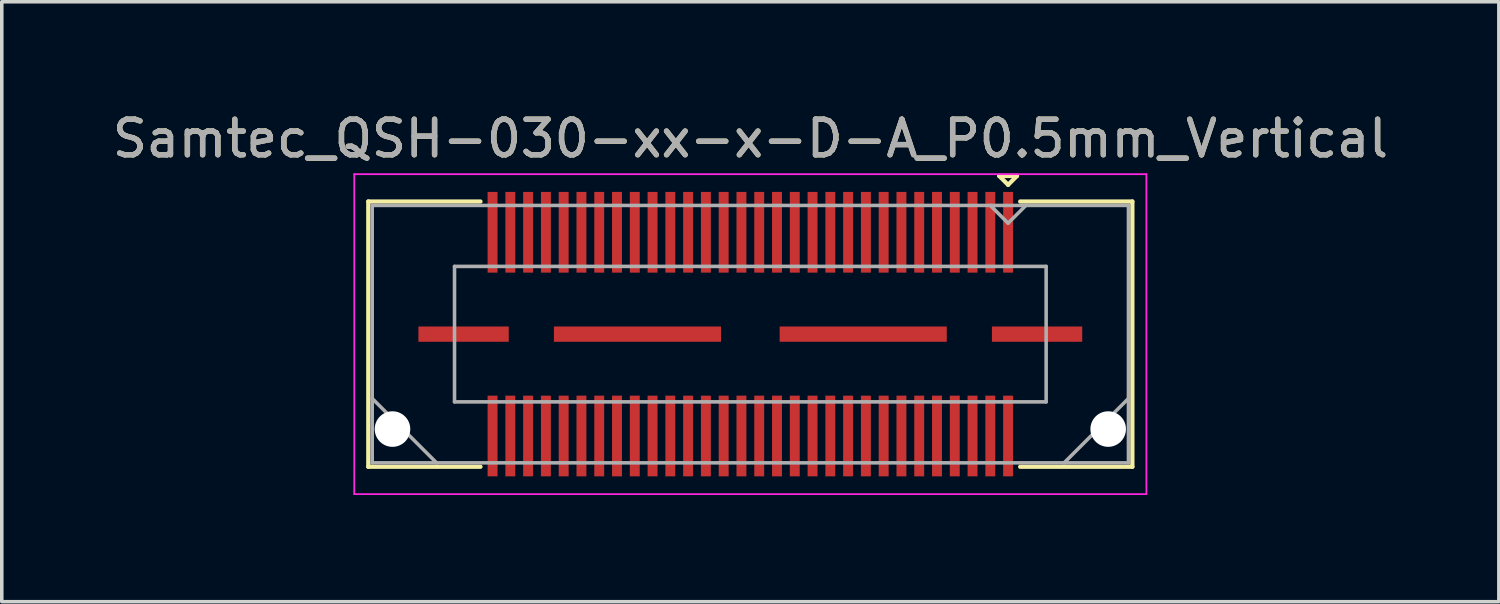
<source format=kicad_pcb>
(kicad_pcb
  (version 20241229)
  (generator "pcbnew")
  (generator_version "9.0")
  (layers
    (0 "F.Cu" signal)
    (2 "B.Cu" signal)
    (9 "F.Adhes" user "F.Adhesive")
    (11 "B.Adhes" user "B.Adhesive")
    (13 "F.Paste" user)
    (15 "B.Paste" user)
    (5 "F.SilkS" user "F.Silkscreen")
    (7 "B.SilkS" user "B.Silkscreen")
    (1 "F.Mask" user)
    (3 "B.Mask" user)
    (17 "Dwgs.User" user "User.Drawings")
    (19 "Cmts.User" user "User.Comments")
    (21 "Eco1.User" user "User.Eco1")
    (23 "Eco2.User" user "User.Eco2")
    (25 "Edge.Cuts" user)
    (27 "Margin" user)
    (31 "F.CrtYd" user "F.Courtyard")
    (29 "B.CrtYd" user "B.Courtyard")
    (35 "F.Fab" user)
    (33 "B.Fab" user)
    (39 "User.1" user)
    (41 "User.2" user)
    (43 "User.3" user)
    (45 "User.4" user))
  (footprint "Samtec_QSH-030-xx-x-D-A_P0.5mm_Vertical"
    (layer "F.Cu")
    (at 18.054 6.348)
    (property "Reference" "Samtec_QSH-030-xx-x-D-A_P0.5mm_Vertical" (at 0 -5.5 0) (layer "F.SilkS") (effects (font (size 1 1) (thickness 0.15))))
    (attr smd)
    (fp_line (start -10.745 -3.73) (end -7.59 -3.73) (stroke (width 0.12) (type solid)) (layer "F.SilkS"))
    (fp_line (start -10.745 3.73) (end -10.745 -3.73) (stroke (width 0.12) (type solid)) (layer "F.SilkS"))
    (fp_line (start -7.59 3.73) (end -10.745 3.73) (stroke (width 0.12) (type solid)) (layer "F.SilkS"))
    (fp_line (start 7 -4.45) (end 7.5 -4.45) (stroke (width 0.12) (type solid)) (layer "F.SilkS"))
    (fp_line (start 7.25 -4.2) (end 7 -4.45) (stroke (width 0.12) (type solid)) (layer "F.SilkS"))
    (fp_line (start 7.5 -4.45) (end 7.25 -4.2) (stroke (width 0.12) (type solid)) (layer "F.SilkS"))
    (fp_line (start 7.59 3.73) (end 10.745 3.73) (stroke (width 0.12) (type solid)) (layer "F.SilkS"))
    (fp_line (start 10.745 -3.73) (end 7.59 -3.73) (stroke (width 0.12) (type solid)) (layer "F.SilkS"))
    (fp_line (start 10.745 3.73) (end 10.745 -3.73) (stroke (width 0.12) (type solid)) (layer "F.SilkS"))
    (fp_line (start -11.14 -4.5) (end -11.14 4.5) (stroke (width 0.05) (type solid)) (layer "F.CrtYd"))
    (fp_line (start -11.14 4.5) (end 11.14 4.5) (stroke (width 0.05) (type solid)) (layer "F.CrtYd"))
    (fp_line (start 11.14 -4.5) (end -11.14 -4.5) (stroke (width 0.05) (type solid)) (layer "F.CrtYd"))
    (fp_line (start 11.14 4.5) (end 11.14 -4.5) (stroke (width 0.05) (type solid)) (layer "F.CrtYd"))
    (fp_line (start -10.635 -3.62) (end -10.635 3.62) (stroke (width 0.1) (type solid)) (layer "F.Fab"))
    (fp_line (start -10.635 1.81) (end -8.825 3.62) (stroke (width 0.1) (type solid)) (layer "F.Fab"))
    (fp_line (start -10.635 3.62) (end 10.635 3.62) (stroke (width 0.1) (type solid)) (layer "F.Fab"))
    (fp_line (start -8.32 -1.905) (end -8.32 1.905) (stroke (width 0.1) (type solid)) (layer "F.Fab"))
    (fp_line (start -8.32 1.905) (end 8.32 1.905) (stroke (width 0.1) (type solid)) (layer "F.Fab"))
    (fp_line (start 7.25 -3.12) (end 6.75 -3.62) (stroke (width 0.1) (type solid)) (layer "F.Fab"))
    (fp_line (start 7.75 -3.62) (end 7.25 -3.12) (stroke (width 0.1) (type solid)) (layer "F.Fab"))
    (fp_line (start 8.32 -1.905) (end -8.32 -1.905) (stroke (width 0.1) (type solid)) (layer "F.Fab"))
    (fp_line (start 8.32 1.905) (end 8.32 -1.905) (stroke (width 0.1) (type solid)) (layer "F.Fab"))
    (fp_line (start 10.635 -3.62) (end -10.635 -3.62) (stroke (width 0.1) (type solid)) (layer "F.Fab"))
    (fp_line (start 10.635 1.81) (end 8.825 3.62) (stroke (width 0.1) (type solid)) (layer "F.Fab"))
    (fp_line (start 10.635 3.62) (end 10.635 -3.62) (stroke (width 0.1) (type solid)) (layer "F.Fab"))
    (fp_text user "${REFERENCE}" (at 0 -5.5 0) (layer "F.Fab") (effects (font (size 1 1) (thickness 0.15))))
    (pad "" np_thru_hole circle (at -10.065 2.67) (size 1 1) (drill 1) (layers "*.Cu" "*.Mask"))
    (pad "" np_thru_hole circle (at 10.065 2.67) (size 1 1) (drill 1) (layers "*.Cu" "*.Mask"))
    (pad "1" smd rect (at 7.25 -2.865) (size 0.279 2.27) (layers "F.Cu" "F.Mask" "F.Paste"))
    (pad "2" smd rect (at 7.25 2.865) (size 0.279 2.27) (layers "F.Cu" "F.Mask" "F.Paste"))
    (pad "3" smd rect (at 6.75 -2.865) (size 0.279 2.27) (layers "F.Cu" "F.Mask" "F.Paste"))
    (pad "4" smd rect (at 6.75 2.865) (size 0.279 2.27) (layers "F.Cu" "F.Mask" "F.Paste"))
    (pad "5" smd rect (at 6.25 -2.865) (size 0.279 2.27) (layers "F.Cu" "F.Mask" "F.Paste"))
    (pad "6" smd rect (at 6.25 2.865) (size 0.279 2.27) (layers "F.Cu" "F.Mask" "F.Paste"))
    (pad "7" smd rect (at 5.75 -2.865) (size 0.279 2.27) (layers "F.Cu" "F.Mask" "F.Paste"))
    (pad "8" smd rect (at 5.75 2.865) (size 0.279 2.27) (layers "F.Cu" "F.Mask" "F.Paste"))
    (pad "9" smd rect (at 5.25 -2.865) (size 0.279 2.27) (layers "F.Cu" "F.Mask" "F.Paste"))
    (pad "10" smd rect (at 5.25 2.865) (size 0.279 2.27) (layers "F.Cu" "F.Mask" "F.Paste"))
    (pad "11" smd rect (at 4.75 -2.865) (size 0.279 2.27) (layers "F.Cu" "F.Mask" "F.Paste"))
    (pad "12" smd rect (at 4.75 2.865) (size 0.279 2.27) (layers "F.Cu" "F.Mask" "F.Paste"))
    (pad "13" smd rect (at 4.25 -2.865) (size 0.279 2.27) (layers "F.Cu" "F.Mask" "F.Paste"))
    (pad "14" smd rect (at 4.25 2.865) (size 0.279 2.27) (layers "F.Cu" "F.Mask" "F.Paste"))
    (pad "15" smd rect (at 3.75 -2.865) (size 0.279 2.27) (layers "F.Cu" "F.Mask" "F.Paste"))
    (pad "16" smd rect (at 3.75 2.865) (size 0.279 2.27) (layers "F.Cu" "F.Mask" "F.Paste"))
    (pad "17" smd rect (at 3.25 -2.865) (size 0.279 2.27) (layers "F.Cu" "F.Mask" "F.Paste"))
    (pad "18" smd rect (at 3.25 2.865) (size 0.279 2.27) (layers "F.Cu" "F.Mask" "F.Paste"))
    (pad "19" smd rect (at 2.75 -2.865) (size 0.279 2.27) (layers "F.Cu" "F.Mask" "F.Paste"))
    (pad "20" smd rect (at 2.75 2.865) (size 0.279 2.27) (layers "F.Cu" "F.Mask" "F.Paste"))
    (pad "21" smd rect (at 2.25 -2.865) (size 0.279 2.27) (layers "F.Cu" "F.Mask" "F.Paste"))
    (pad "22" smd rect (at 2.25 2.865) (size 0.279 2.27) (layers "F.Cu" "F.Mask" "F.Paste"))
    (pad "23" smd rect (at 1.75 -2.865) (size 0.279 2.27) (layers "F.Cu" "F.Mask" "F.Paste"))
    (pad "24" smd rect (at 1.75 2.865) (size 0.279 2.27) (layers "F.Cu" "F.Mask" "F.Paste"))
    (pad "25" smd rect (at 1.25 -2.865) (size 0.279 2.27) (layers "F.Cu" "F.Mask" "F.Paste"))
    (pad "26" smd rect (at 1.25 2.865) (size 0.279 2.27) (layers "F.Cu" "F.Mask" "F.Paste"))
    (pad "27" smd rect (at 0.75 -2.865) (size 0.279 2.27) (layers "F.Cu" "F.Mask" "F.Paste"))
    (pad "28" smd rect (at 0.75 2.865) (size 0.279 2.27) (layers "F.Cu" "F.Mask" "F.Paste"))
    (pad "29" smd rect (at 0.25 -2.865) (size 0.279 2.27) (layers "F.Cu" "F.Mask" "F.Paste"))
    (pad "30" smd rect (at 0.25 2.865) (size 0.279 2.27) (layers "F.Cu" "F.Mask" "F.Paste"))
    (pad "31" smd rect (at -0.25 -2.865) (size 0.279 2.27) (layers "F.Cu" "F.Mask" "F.Paste"))
    (pad "32" smd rect (at -0.25 2.865) (size 0.279 2.27) (layers "F.Cu" "F.Mask" "F.Paste"))
    (pad "33" smd rect (at -0.75 -2.865) (size 0.279 2.27) (layers "F.Cu" "F.Mask" "F.Paste"))
    (pad "34" smd rect (at -0.75 2.865) (size 0.279 2.27) (layers "F.Cu" "F.Mask" "F.Paste"))
    (pad "35" smd rect (at -1.25 -2.865) (size 0.279 2.27) (layers "F.Cu" "F.Mask" "F.Paste"))
    (pad "36" smd rect (at -1.25 2.865) (size 0.279 2.27) (layers "F.Cu" "F.Mask" "F.Paste"))
    (pad "37" smd rect (at -1.75 -2.865) (size 0.279 2.27) (layers "F.Cu" "F.Mask" "F.Paste"))
    (pad "38" smd rect (at -1.75 2.865) (size 0.279 2.27) (layers "F.Cu" "F.Mask" "F.Paste"))
    (pad "39" smd rect (at -2.25 -2.865) (size 0.279 2.27) (layers "F.Cu" "F.Mask" "F.Paste"))
    (pad "40" smd rect (at -2.25 2.865) (size 0.279 2.27) (layers "F.Cu" "F.Mask" "F.Paste"))
    (pad "41" smd rect (at -2.75 -2.865) (size 0.279 2.27) (layers "F.Cu" "F.Mask" "F.Paste"))
    (pad "42" smd rect (at -2.75 2.865) (size 0.279 2.27) (layers "F.Cu" "F.Mask" "F.Paste"))
    (pad "43" smd rect (at -3.25 -2.865) (size 0.279 2.27) (layers "F.Cu" "F.Mask" "F.Paste"))
    (pad "44" smd rect (at -3.25 2.865) (size 0.279 2.27) (layers "F.Cu" "F.Mask" "F.Paste"))
    (pad "45" smd rect (at -3.75 -2.865) (size 0.279 2.27) (layers "F.Cu" "F.Mask" "F.Paste"))
    (pad "46" smd rect (at -3.75 2.865) (size 0.279 2.27) (layers "F.Cu" "F.Mask" "F.Paste"))
    (pad "47" smd rect (at -4.25 -2.865) (size 0.279 2.27) (layers "F.Cu" "F.Mask" "F.Paste"))
    (pad "48" smd rect (at -4.25 2.865) (size 0.279 2.27) (layers "F.Cu" "F.Mask" "F.Paste"))
    (pad "49" smd rect (at -4.75 -2.865) (size 0.279 2.27) (layers "F.Cu" "F.Mask" "F.Paste"))
    (pad "50" smd rect (at -4.75 2.865) (size 0.279 2.27) (layers "F.Cu" "F.Mask" "F.Paste"))
    (pad "51" smd rect (at -5.25 -2.865) (size 0.279 2.27) (layers "F.Cu" "F.Mask" "F.Paste"))
    (pad "52" smd rect (at -5.25 2.865) (size 0.279 2.27) (layers "F.Cu" "F.Mask" "F.Paste"))
    (pad "53" smd rect (at -5.75 -2.865) (size 0.279 2.27) (layers "F.Cu" "F.Mask" "F.Paste"))
    (pad "54" smd rect (at -5.75 2.865) (size 0.279 2.27) (layers "F.Cu" "F.Mask" "F.Paste"))
    (pad "55" smd rect (at -6.25 -2.865) (size 0.279 2.27) (layers "F.Cu" "F.Mask" "F.Paste"))
    (pad "56" smd rect (at -6.25 2.865) (size 0.279 2.27) (layers "F.Cu" "F.Mask" "F.Paste"))
    (pad "57" smd rect (at -6.75 -2.865) (size 0.279 2.27) (layers "F.Cu" "F.Mask" "F.Paste"))
    (pad "58" smd rect (at -6.75 2.865) (size 0.279 2.27) (layers "F.Cu" "F.Mask" "F.Paste"))
    (pad "59" smd rect (at -7.25 -2.865) (size 0.279 2.27) (layers "F.Cu" "F.Mask" "F.Paste"))
    (pad "60" smd rect (at -7.25 2.865) (size 0.279 2.27) (layers "F.Cu" "F.Mask" "F.Paste"))
    (pad "P1" smd rect (at -8.065 0) (size 2.54 0.43) (layers "F.Cu" "F.Mask" "F.Paste"))
    (pad "P1" smd rect (at -3.175 0) (size 4.7 0.43) (layers "F.Cu" "F.Mask" "F.Paste"))
    (pad "P1" smd rect (at 3.175 0) (size 4.7 0.43) (layers "F.Cu" "F.Mask" "F.Paste"))
    (pad "P1" smd rect (at 8.065 0) (size 2.54 0.43) (layers "F.Cu" "F.Mask" "F.Paste")))
  (gr_rect
    (start -3 -3)
    (end 39.107 13.873)
    (stroke (width 0.1) (type default))
    (fill no)
    (layer "Edge.Cuts")))
</source>
